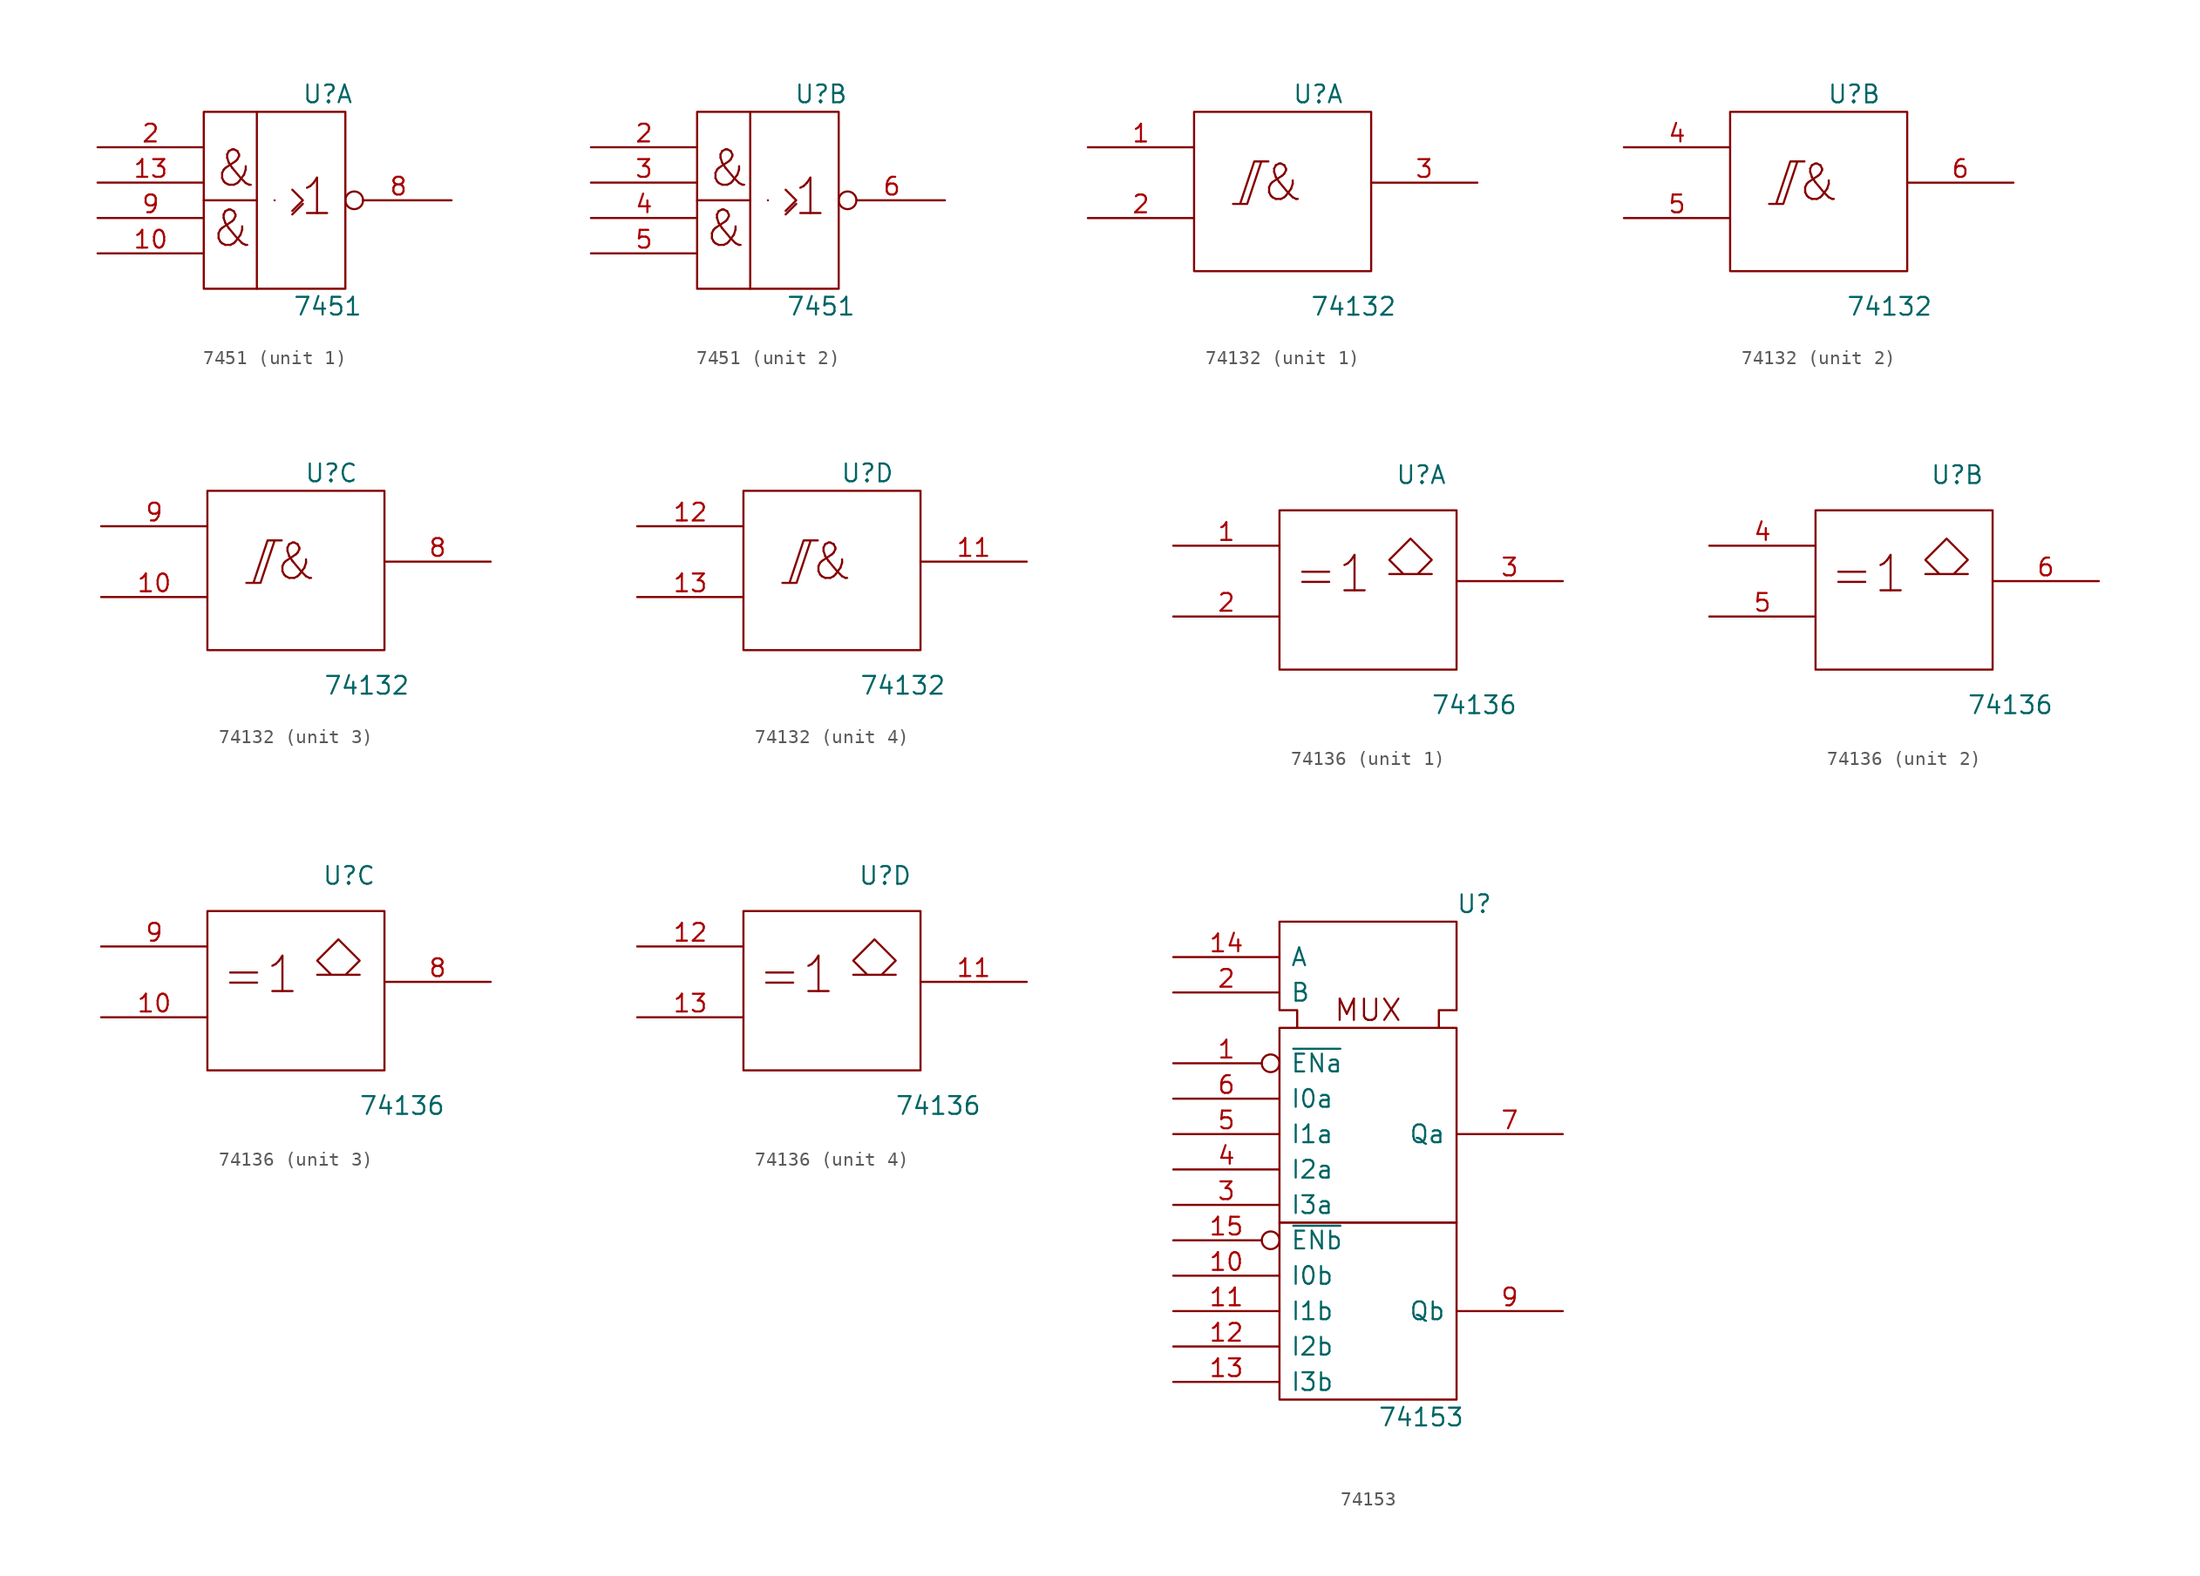
<source format=kicad_sym>
(kicad_symbol_lib
  (version 20211014)
  (generator kicad_symbol_editor)
  (symbol "7451"
    (pin_names
      (offset 0.762))
    (property "Reference" "U"
      (at 3.81 7.62 0)
      (effects (font (size 1.27 1.27))))
    (property "Value" "7451"
      (at 3.81 -7.62 0)
      (effects (font (size 1.27 1.27))))
    (symbol "7451_0_0"
      (rectangle (start 0 0) (end 0 0) (stroke (width 0) (type default) (color 0 0 0 0)) (fill (type none)))
      (polyline (pts (xy 1.27 -1.016) (xy 2.032 -0.254) (xy 2.032 -0.254)) (stroke (width 0) (type default) (color 0 0 0 0)) (fill (type none)))
      (polyline (pts (xy 1.27 0.762) (xy 2.032 0) (xy 1.27 -0.762) (xy 1.27 -0.762)) (stroke (width 0) (type default) (color 0 0 0 0)) (fill (type none)))
      (text "&" (at -3.048 -2.032 0) (effects (font (size 2.54 2.54))))
      (text "&" (at -2.794 2.286 0) (effects (font (size 2.54 2.54))))
      (text "1" (at 3.048 0.254 0) (effects (font (size 2.54 2.54)))))
    (symbol "7451_0_1"
      (rectangle (start -5.08 6.35) (end 5.08 -6.35) (stroke (width 0) (type default) (color 0 0 0 0)) (fill (type none)))
      (polyline (pts (xy -1.27 0) (xy -1.27 -6.35) (xy -1.27 -6.35)) (stroke (width 0) (type default) (color 0 0 0 0)) (fill (type none)))
      (polyline (pts (xy -1.27 6.35) (xy -1.27 0) (xy -5.08 0) (xy -5.08 0)) (stroke (width 0) (type default) (color 0 0 0 0)) (fill (type none)))
      (pin power_in line (at 0 6.35 270) (length 0) hide (name "VCC" (effects (font (size 1.27 1.27)))) (number "14" (effects (font (size 1.27 1.27)))))
      (pin power_in line (at 0 -6.35 90) (length 0) hide (name "GND" (effects (font (size 1.27 1.27)))) (number "7" (effects (font (size 1.27 1.27))))))
    (symbol "7451_1_1"
      (pin input line (at -12.7 -3.81 0) (length 7.62) (name "~" (effects (font (size 1.27 1.27)))) (number "10" (effects (font (size 1.27 1.27)))))
      (pin input line (at -12.7 1.27 0) (length 7.62) (name "~" (effects (font (size 1.27 1.27)))) (number "13" (effects (font (size 1.27 1.27)))))
      (pin input line (at -12.7 3.81 0) (length 7.62) (name "~" (effects (font (size 1.27 1.27)))) (number "2" (effects (font (size 1.27 1.27)))))
      (pin output inverted (at 12.7 0 180) (length 7.62) (name "~" (effects (font (size 1.27 1.27)))) (number "8" (effects (font (size 1.27 1.27)))))
      (pin input line (at -12.7 -1.27 0) (length 7.62) (name "~" (effects (font (size 1.27 1.27)))) (number "9" (effects (font (size 1.27 1.27))))))
    (symbol "7451_2_1"
      (pin input line (at -12.7 3.81 0) (length 7.62) (name "~" (effects (font (size 1.27 1.27)))) (number "2" (effects (font (size 1.27 1.27)))))
      (pin input line (at -12.7 1.27 0) (length 7.62) (name "~" (effects (font (size 1.27 1.27)))) (number "3" (effects (font (size 1.27 1.27)))))
      (pin input line (at -12.7 -1.27 0) (length 7.62) (name "~" (effects (font (size 1.27 1.27)))) (number "4" (effects (font (size 1.27 1.27)))))
      (pin input line (at -12.7 -3.81 0) (length 7.62) (name "~" (effects (font (size 1.27 1.27)))) (number "5" (effects (font (size 1.27 1.27)))))
      (pin output inverted (at 12.7 0 180) (length 7.62) (name "~" (effects (font (size 1.27 1.27)))) (number "6" (effects (font (size 1.27 1.27)))))))
  (symbol "74132"
    (pin_names
      (offset 0.762))
    (property "Reference" "U"
      (at 2.54 6.35 0)
      (effects (font (size 1.27 1.27))))
    (property "Value" "74132"
      (at 5.08 -8.89 0)
      (effects (font (size 1.27 1.27))))
    (symbol "74132_0_0"
      (polyline (pts (xy -3.556 -1.524) (xy -2.54 -1.524) (xy -1.524 1.524) (xy -1.016 1.524) (xy -2.032 1.524) (xy -3.048 -1.524) (xy -3.048 -1.524)) (stroke (width 0) (type default) (color 0 0 0 0)) (fill (type none))))
    (symbol "74132_0_1"
      (rectangle (start -6.35 5.08) (end 6.35 -6.35) (stroke (width 0) (type default) (color 0 0 0 0)) (fill (type none)))
      (text "&" (at 0 0 0) (effects (font (size 2.54 2.54))))
      (pin power_in line (at 0 5.08 270) (length 0) hide (name "Vcc" (effects (font (size 1.27 1.27)))) (number "14" (effects (font (size 1.27 1.27)))))
      (pin power_in line (at 0 -6.35 90) (length 0) hide (name "Gnd" (effects (font (size 1.27 1.27)))) (number "7" (effects (font (size 1.27 1.27))))))
    (symbol "74132_1_1"
      (pin input line (at -13.97 2.54 0) (length 7.62) (name "~" (effects (font (size 1.27 1.27)))) (number "1" (effects (font (size 1.27 1.27)))))
      (pin input line (at -13.97 -2.54 0) (length 7.62) (name "~" (effects (font (size 1.27 1.27)))) (number "2" (effects (font (size 1.27 1.27)))))
      (pin output line (at 13.97 0 180) (length 7.62) (name "~" (effects (font (size 1.27 1.27)))) (number "3" (effects (font (size 1.27 1.27))))))
    (symbol "74132_2_1"
      (pin input line (at -13.97 2.54 0) (length 7.62) (name "~" (effects (font (size 1.27 1.27)))) (number "4" (effects (font (size 1.27 1.27)))))
      (pin input line (at -13.97 -2.54 0) (length 7.62) (name "~" (effects (font (size 1.27 1.27)))) (number "5" (effects (font (size 1.27 1.27)))))
      (pin output line (at 13.97 0 180) (length 7.62) (name "~" (effects (font (size 1.27 1.27)))) (number "6" (effects (font (size 1.27 1.27))))))
    (symbol "74132_3_1"
      (pin input line (at -13.97 -2.54 0) (length 7.62) (name "~" (effects (font (size 1.27 1.27)))) (number "10" (effects (font (size 1.27 1.27)))))
      (pin output line (at 13.97 0 180) (length 7.62) (name "~" (effects (font (size 1.27 1.27)))) (number "8" (effects (font (size 1.27 1.27)))))
      (pin input line (at -13.97 2.54 0) (length 7.62) (name "~" (effects (font (size 1.27 1.27)))) (number "9" (effects (font (size 1.27 1.27))))))
    (symbol "74132_4_1"
      (pin output line (at 13.97 0 180) (length 7.62) (name "~" (effects (font (size 1.27 1.27)))) (number "11" (effects (font (size 1.27 1.27)))))
      (pin input line (at -13.97 2.54 0) (length 7.62) (name "~" (effects (font (size 1.27 1.27)))) (number "12" (effects (font (size 1.27 1.27)))))
      (pin input line (at -13.97 -2.54 0) (length 7.62) (name "~" (effects (font (size 1.27 1.27)))) (number "13" (effects (font (size 1.27 1.27)))))))
  (symbol "74136"
    (pin_names
      (offset 0.762))
    (property "Reference" "U"
      (at 3.81 7.62 0)
      (effects (font (size 1.27 1.27))))
    (property "Value" "74136"
      (at 7.62 -8.89 0)
      (effects (font (size 1.27 1.27))))
    (symbol "74136_0_1"
      (rectangle (start -6.35 5.08) (end 6.35 -6.35) (stroke (width 0) (type default) (color 0 0 0 0)) (fill (type none)))
      (polyline (pts (xy 3.556 0.508) (xy 4.572 1.524) (xy 3.048 3.048) (xy 1.524 1.524) (xy 2.54 0.508) (xy 1.524 0.508) (xy 4.572 0.508) (xy 4.572 0.508)) (stroke (width 0) (type default) (color 0 0 0 0)) (fill (type none)))
      (text "=1" (at -2.54 0.508 0) (effects (font (size 2.54 2.54))))
      (pin power_in line (at 0 5.08 270) (length 0) hide (name "Vcc" (effects (font (size 1.27 1.27)))) (number "14" (effects (font (size 1.27 1.27)))))
      (pin power_in line (at 0 -6.35 90) (length 0) hide (name "Gnd" (effects (font (size 1.27 1.27)))) (number "7" (effects (font (size 1.27 1.27))))))
    (symbol "74136_1_1"
      (pin input line (at -13.97 2.54 0) (length 7.62) (name "~" (effects (font (size 1.27 1.27)))) (number "1" (effects (font (size 1.27 1.27)))))
      (pin input line (at -13.97 -2.54 0) (length 7.62) (name "~" (effects (font (size 1.27 1.27)))) (number "2" (effects (font (size 1.27 1.27)))))
      (pin open_collector line (at 13.97 0 180) (length 7.62) (name "~" (effects (font (size 1.27 1.27)))) (number "3" (effects (font (size 1.27 1.27))))))
    (symbol "74136_2_1"
      (pin input line (at -13.97 2.54 0) (length 7.62) (name "~" (effects (font (size 1.27 1.27)))) (number "4" (effects (font (size 1.27 1.27)))))
      (pin input line (at -13.97 -2.54 0) (length 7.62) (name "~" (effects (font (size 1.27 1.27)))) (number "5" (effects (font (size 1.27 1.27)))))
      (pin open_collector line (at 13.97 0 180) (length 7.62) (name "~" (effects (font (size 1.27 1.27)))) (number "6" (effects (font (size 1.27 1.27))))))
    (symbol "74136_3_1"
      (pin input line (at -13.97 -2.54 0) (length 7.62) (name "~" (effects (font (size 1.27 1.27)))) (number "10" (effects (font (size 1.27 1.27)))))
      (pin open_collector line (at 13.97 0 180) (length 7.62) (name "~" (effects (font (size 1.27 1.27)))) (number "8" (effects (font (size 1.27 1.27)))))
      (pin input line (at -13.97 2.54 0) (length 7.62) (name "~" (effects (font (size 1.27 1.27)))) (number "9" (effects (font (size 1.27 1.27))))))
    (symbol "74136_4_1"
      (pin open_collector line (at 13.97 0 180) (length 7.62) (name "~" (effects (font (size 1.27 1.27)))) (number "11" (effects (font (size 1.27 1.27)))))
      (pin input line (at -13.97 2.54 0) (length 7.62) (name "~" (effects (font (size 1.27 1.27)))) (number "12" (effects (font (size 1.27 1.27)))))
      (pin input line (at -13.97 -2.54 0) (length 7.62) (name "~" (effects (font (size 1.27 1.27)))) (number "13" (effects (font (size 1.27 1.27)))))))
  (symbol "74153"
    (pin_names
      (offset 0.762))
    (property "Reference" "U"
      (at 7.62 20.32 0)
      (effects (font (size 1.27 1.27))))
    (property "Value" "74153"
      (at 3.81 -16.51 0)
      (effects (font (size 1.27 1.27))))
    (symbol "74153_0_0"
      (rectangle (start -6.35 -2.54) (end 6.35 -15.24) (stroke (width 0) (type default) (color 0 0 0 0)) (fill (type none)))
      (rectangle (start -6.35 11.43) (end 6.35 -2.54) (stroke (width 0) (type default) (color 0 0 0 0)) (fill (type none)))
      (polyline (pts (xy -5.08 11.43) (xy -5.08 12.7) (xy -6.35 12.7) (xy -6.35 19.05) (xy 6.35 19.05) (xy 6.35 12.7) (xy 5.08 12.7) (xy 5.08 11.43) (xy 5.08 11.43)) (stroke (width 0) (type default) (color 0 0 0 0)) (fill (type none)))
      (text "MUX" (at 0 12.7 0) (effects (font (size 1.524 1.524))))
      (pin power_in line (at 5.08 19.05 270) (length 0) hide (name "VCC" (effects (font (size 1.27 1.27)))) (number "16" (effects (font (size 1.27 1.27)))))
      (pin power_in line (at 0 19.05 270) (length 0) hide (name "GND" (effects (font (size 1.27 1.27)))) (number "8" (effects (font (size 1.27 1.27))))))
    (symbol "74153_1_1"
      (pin input inverted (at -13.97 8.89 0) (length 7.62) (name "~{ENa}" (effects (font (size 1.27 1.27)))) (number "1" (effects (font (size 1.27 1.27)))))
      (pin input line (at -13.97 -6.35 0) (length 7.62) (name "I0b" (effects (font (size 1.27 1.27)))) (number "10" (effects (font (size 1.27 1.27)))))
      (pin input line (at -13.97 -8.89 0) (length 7.62) (name "I1b" (effects (font (size 1.27 1.27)))) (number "11" (effects (font (size 1.27 1.27)))))
      (pin input line (at -13.97 -11.43 0) (length 7.62) (name "I2b" (effects (font (size 1.27 1.27)))) (number "12" (effects (font (size 1.27 1.27)))))
      (pin input line (at -13.97 -13.97 0) (length 7.62) (name "I3b" (effects (font (size 1.27 1.27)))) (number "13" (effects (font (size 1.27 1.27)))))
      (pin input line (at -13.97 16.51 0) (length 7.62) (name "A" (effects (font (size 1.27 1.27)))) (number "14" (effects (font (size 1.27 1.27)))))
      (pin input inverted (at -13.97 -3.81 0) (length 7.62) (name "~{ENb}" (effects (font (size 1.27 1.27)))) (number "15" (effects (font (size 1.27 1.27)))))
      (pin input line (at -13.97 13.97 0) (length 7.62) (name "B" (effects (font (size 1.27 1.27)))) (number "2" (effects (font (size 1.27 1.27)))))
      (pin input line (at -13.97 -1.27 0) (length 7.62) (name "I3a" (effects (font (size 1.27 1.27)))) (number "3" (effects (font (size 1.27 1.27)))))
      (pin input line (at -13.97 1.27 0) (length 7.62) (name "I2a" (effects (font (size 1.27 1.27)))) (number "4" (effects (font (size 1.27 1.27)))))
      (pin input line (at -13.97 3.81 0) (length 7.62) (name "I1a" (effects (font (size 1.27 1.27)))) (number "5" (effects (font (size 1.27 1.27)))))
      (pin input line (at -13.97 6.35 0) (length 7.62) (name "I0a" (effects (font (size 1.27 1.27)))) (number "6" (effects (font (size 1.27 1.27)))))
      (pin output line (at 13.97 3.81 180) (length 7.62) (name "Qa" (effects (font (size 1.27 1.27)))) (number "7" (effects (font (size 1.27 1.27)))))
      (pin output line (at 13.97 -8.89 180) (length 7.62) (name "Qb" (effects (font (size 1.27 1.27)))) (number "9" (effects (font (size 1.27 1.27))))))))
</source>
